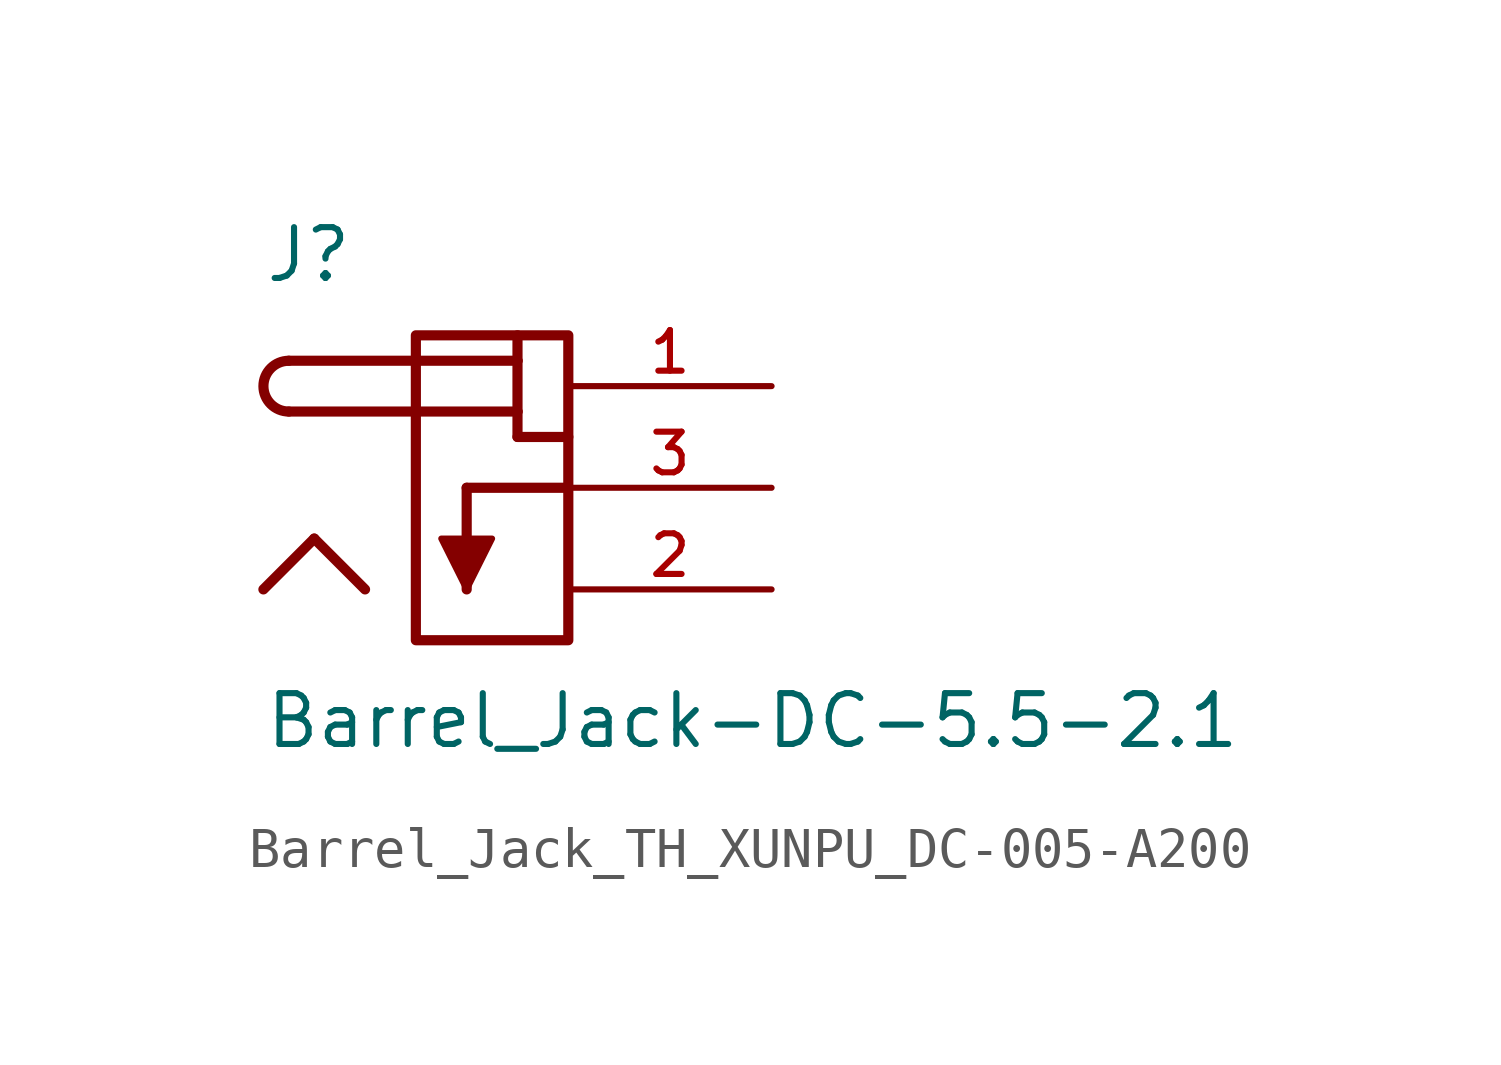
<source format=kicad_sym>
(kicad_symbol_lib
  (version 20231120)
  (generator "kicad_symbol_editor")
  (generator_version "8.0")
  (symbol "Barrel_Jack_TH_XUNPU_DC-005-A200"
    (pin_names
      (offset 1.016))
    (property "Reference" "J"
      (at -5.08 5.08 0)
      (effects (font (size 1.27 1.27)) (justify left bottom)))
    (property "Value" "Barrel_Jack-DC-5.5-2.1"
      (at -5.08 -5.08 0)
      (effects (font (size 1.27 1.27)) (justify left top)))
    (symbol "Barrel_Jack_TH_XUNPU_DC-005-A200_0_0"
      (arc (start -4.445 3.175) (mid -5.0772 2.54) (end -4.445 1.905) (stroke (width 0.254) (type default)) (fill (type none)))
      (polyline (pts (xy -4.445 1.905) (xy 1.27 1.905)) (stroke (width 0.254) (type default)) (fill (type none)))
      (polyline (pts (xy -3.81 -1.27) (xy -5.08 -2.54)) (stroke (width 0.254) (type default)) (fill (type none)))
      (polyline (pts (xy -2.54 -2.54) (xy -3.81 -1.27)) (stroke (width 0.254) (type default)) (fill (type none)))
      (polyline (pts (xy 0 0) (xy 0 -2.54)) (stroke (width 0.254) (type default)) (fill (type none)))
      (polyline (pts (xy 1.27 1.27) (xy 2.54 1.27)) (stroke (width 0.254) (type default)) (fill (type none)))
      (polyline (pts (xy 1.27 1.905) (xy 1.27 1.27)) (stroke (width 0.254) (type default)) (fill (type none)))
      (polyline (pts (xy 1.27 3.175) (xy 1.27 1.905)) (stroke (width 0.254) (type default)) (fill (type none)))
      (polyline (pts (xy 1.27 3.81) (xy 1.27 3.175)) (stroke (width 0.254) (type default)) (fill (type none)))
      (polyline (pts (xy 2.54 0) (xy 0 0)) (stroke (width 0.254) (type default)) (fill (type none)))
      (polyline (pts (xy -0.635 -1.27) (xy 0.635 -1.27) (xy 0 -2.54) (xy -0.635 -1.27)) (stroke (width 0.152) (type default)) (fill (type outline)))
      (pin passive line (at 7.62 2.54 180) (length 5.08) (name "~" (effects (font (size 1.016 1.016)))) (number "1" (effects (font (size 1.016 1.016)))))
      (pin passive line (at 7.62 -2.54 180) (length 5.08) (name "~" (effects (font (size 1.016 1.016)))) (number "2" (effects (font (size 1.016 1.016)))))
      (pin passive line (at 7.62 0 180) (length 5.08) (name "~" (effects (font (size 1.016 1.016)))) (number "3" (effects (font (size 1.016 1.016))))))
    (symbol "Barrel_Jack_TH_XUNPU_DC-005-A200_1_0"
      (polyline (pts (xy -4.445 3.175) (xy 1.27 3.175)) (stroke (width 0.254) (type default)) (fill (type none))))
    (symbol "Barrel_Jack_TH_XUNPU_DC-005-A200_1_1"
      (rectangle (start -1.27 3.81) (end 2.54 -3.81) (stroke (width 0.254) (type default)) (fill (type none))))))
</source>
